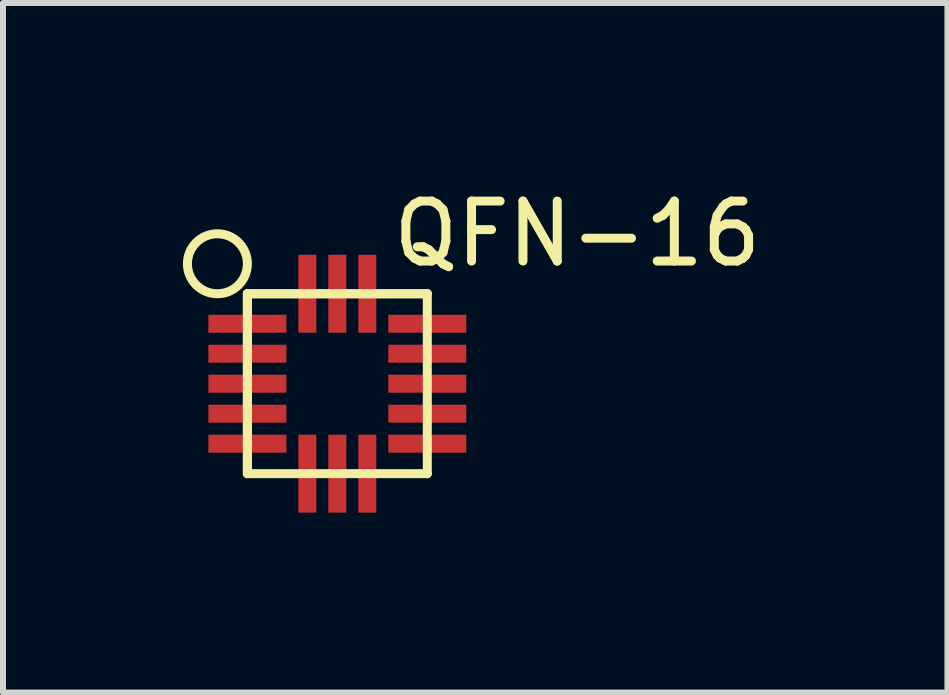
<source format=kicad_pcb>
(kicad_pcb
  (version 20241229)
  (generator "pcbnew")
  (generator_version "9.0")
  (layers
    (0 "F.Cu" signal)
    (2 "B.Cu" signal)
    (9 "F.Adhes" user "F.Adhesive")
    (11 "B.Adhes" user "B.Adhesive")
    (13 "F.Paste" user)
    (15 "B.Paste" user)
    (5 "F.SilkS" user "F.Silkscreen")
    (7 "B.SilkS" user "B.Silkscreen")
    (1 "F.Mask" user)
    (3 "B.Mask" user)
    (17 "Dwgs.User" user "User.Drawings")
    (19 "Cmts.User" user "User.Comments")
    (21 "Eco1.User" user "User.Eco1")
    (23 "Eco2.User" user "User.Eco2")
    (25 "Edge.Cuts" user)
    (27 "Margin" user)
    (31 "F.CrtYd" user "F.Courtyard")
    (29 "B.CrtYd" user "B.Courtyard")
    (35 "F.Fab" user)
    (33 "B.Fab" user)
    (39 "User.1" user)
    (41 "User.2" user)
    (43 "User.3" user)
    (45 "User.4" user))
  (footprint "QFN-16"
    (layer "F.Cu")
    (at 2.575 3.348)
    (property "Reference" "QFN-16" (at 4 -2.5 0) (layer "F.SilkS") (effects (font (size 1 1) (thickness 0.15))))
    (attr through_hole)
    (fp_line (start -1.5 -1.5) (end -1.5 1.5) (stroke (width 0.15) (type solid)) (layer "F.SilkS"))
    (fp_line (start -1.5 -1.5) (end 1.5 -1.5) (stroke (width 0.15) (type solid)) (layer "F.SilkS"))
    (fp_line (start -1.5 -1.5) (end 1.5 -1.5) (stroke (width 0.15) (type solid)) (layer "F.SilkS"))
    (fp_line (start -1.5 1.5) (end -1.5 -1.5) (stroke (width 0.15) (type solid)) (layer "F.SilkS"))
    (fp_line (start -1.5 1.5) (end 1.5 1.5) (stroke (width 0.15) (type solid)) (layer "F.SilkS"))
    (fp_line (start 1.5 -1.5) (end 1.5 1.5) (stroke (width 0.15) (type solid)) (layer "F.SilkS"))
    (fp_circle (center -2 -2) (end -2 -1.5) (stroke (width 0.15) (type solid)) (fill no) (layer "F.SilkS"))
    (pad "1" smd rect (at -1.5 -1) (size 1.3 0.3) (layers "F.Cu" "F.Mask" "F.Paste"))
    (pad "2" smd rect (at -1.5 -0.5) (size 1.3 0.3) (layers "F.Cu" "F.Mask" "F.Paste"))
    (pad "3" smd rect (at -1.5 0) (size 1.3 0.3) (layers "F.Cu" "F.Mask" "F.Paste"))
    (pad "4" smd rect (at -1.5 0.5) (size 1.3 0.3) (layers "F.Cu" "F.Mask" "F.Paste"))
    (pad "5" smd rect (at -1.5 1) (size 1.3 0.3) (layers "F.Cu" "F.Mask" "F.Paste"))
    (pad "6" smd rect (at -0.5 1.5 90) (size 1.3 0.3) (layers "F.Cu" "F.Mask" "F.Paste"))
    (pad "7" smd rect (at 0 1.5 90) (size 1.3 0.3) (layers "F.Cu" "F.Mask" "F.Paste"))
    (pad "8" smd rect (at 0.5 1.5 90) (size 1.3 0.3) (layers "F.Cu" "F.Mask" "F.Paste"))
    (pad "9" smd rect (at 1.5 1) (size 1.3 0.3) (layers "F.Cu" "F.Mask" "F.Paste"))
    (pad "10" smd rect (at 1.5 0.5) (size 1.3 0.3) (layers "F.Cu" "F.Mask" "F.Paste"))
    (pad "11" smd rect (at 1.5 0) (size 1.3 0.3) (layers "F.Cu" "F.Mask" "F.Paste"))
    (pad "12" smd rect (at 1.5 -0.5) (size 1.3 0.3) (layers "F.Cu" "F.Mask" "F.Paste"))
    (pad "13" smd rect (at 1.5 -1) (size 1.3 0.3) (layers "F.Cu" "F.Mask" "F.Paste"))
    (pad "14" smd rect (at 0.5 -1.5 90) (size 1.3 0.3) (layers "F.Cu" "F.Mask" "F.Paste"))
    (pad "15" smd rect (at 0 -1.5 90) (size 1.3 0.3) (layers "F.Cu" "F.Mask" "F.Paste"))
    (pad "16" smd rect (at -0.5 -1.5 90) (size 1.3 0.3) (layers "F.Cu" "F.Mask" "F.Paste")))
  (gr_rect
    (start -3 -3)
    (end 12.748 8.498)
    (stroke (width 0.1) (type default))
    (fill no)
    (layer "Edge.Cuts")))
</source>
